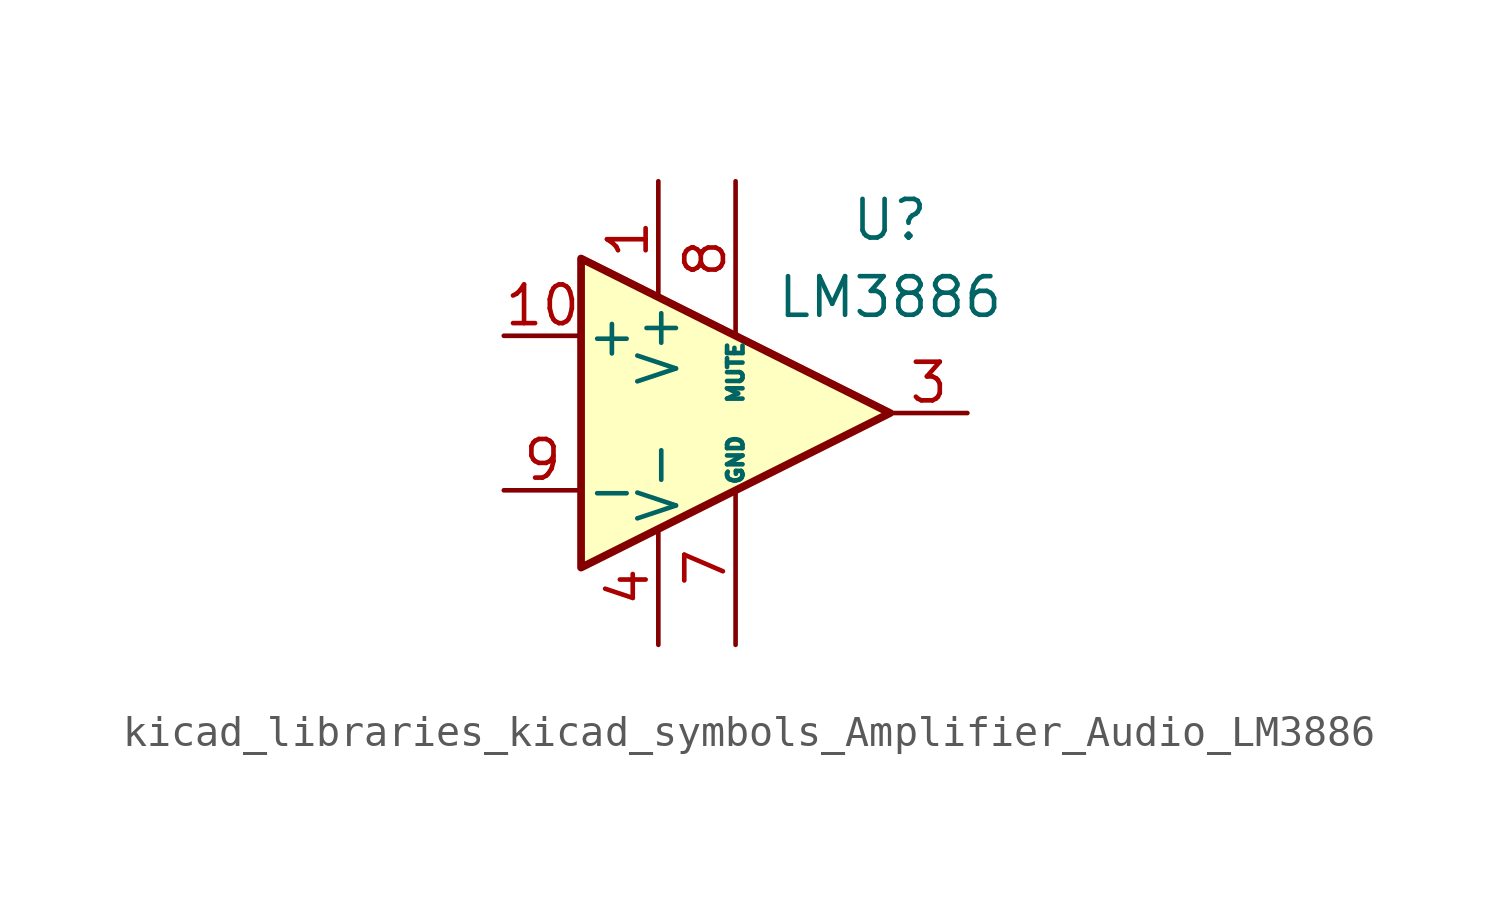
<source format=kicad_sym>
(kicad_symbol_lib
  (version 20220914)
  (generator kicad_symbol_editor)
  (symbol "kicad_libraries_kicad_symbols_Amplifier_Audio_LM3886"
    (pin_names
      (offset 0.127))
    (property "Reference" "U"
      (at 5.08 6.35 0)
      (effects (font (size 1.27 1.27))))
    (property "Value" "LM3886"
      (at 5.08 3.81 0)
      (effects (font (size 1.27 1.27))))
    (symbol "kicad_libraries_kicad_symbols_Amplifier_Audio_LM3886_0_1"
      (polyline (pts (xy -5.08 5.08) (xy 5.08 0) (xy -5.08 -5.08) (xy -5.08 5.08)) (stroke (width 0.254) (type default)) (fill (type background))))
    (symbol "kicad_libraries_kicad_symbols_Amplifier_Audio_LM3886_1_1"
      (pin power_in line (at -2.54 7.62 270) (length 3.81) (name "V+" (effects (font (size 1.27 1.27)))) (number "1" (effects (font (size 1.27 1.27)))))
      (pin input line (at -7.62 2.54 0) (length 2.54) (name "+" (effects (font (size 1.27 1.27)))) (number "10" (effects (font (size 1.27 1.27)))))
      (pin no_connect line (at -5.08 5.08 270) (length 2.54) hide (name "NC" (effects (font (size 1.27 1.27)))) (number "11" (effects (font (size 1.27 1.27)))))
      (pin no_connect line (at -2.54 3.81 270) (length 2.54) hide (name "NC" (effects (font (size 1.27 1.27)))) (number "2" (effects (font (size 1.27 1.27)))))
      (pin output line (at 7.62 0 180) (length 2.54) (name "~" (effects (font (size 1.27 1.27)))) (number "3" (effects (font (size 1.27 1.27)))))
      (pin power_in line (at -2.54 -7.62 90) (length 3.81) (name "V-" (effects (font (size 1.27 1.27)))) (number "4" (effects (font (size 1.27 1.27)))))
      (pin passive line (at -2.54 7.62 270) (length 3.81) hide (name "V+" (effects (font (size 1.27 1.27)))) (number "5" (effects (font (size 1.27 1.27)))))
      (pin no_connect line (at -5.08 -5.08 90) (length 2.54) hide (name "NC" (effects (font (size 1.27 1.27)))) (number "6" (effects (font (size 1.27 1.27)))))
      (pin power_in line (at 0 -7.62 90) (length 5.08) (name "GND" (effects (font (size 0.508 0.508)))) (number "7" (effects (font (size 1.27 1.27)))))
      (pin input line (at 0 7.62 270) (length 5.08) (name "MUTE" (effects (font (size 0.508 0.508)))) (number "8" (effects (font (size 1.27 1.27)))))
      (pin input line (at -7.62 -2.54 0) (length 2.54) (name "-" (effects (font (size 1.27 1.27)))) (number "9" (effects (font (size 1.27 1.27))))))))
</source>
